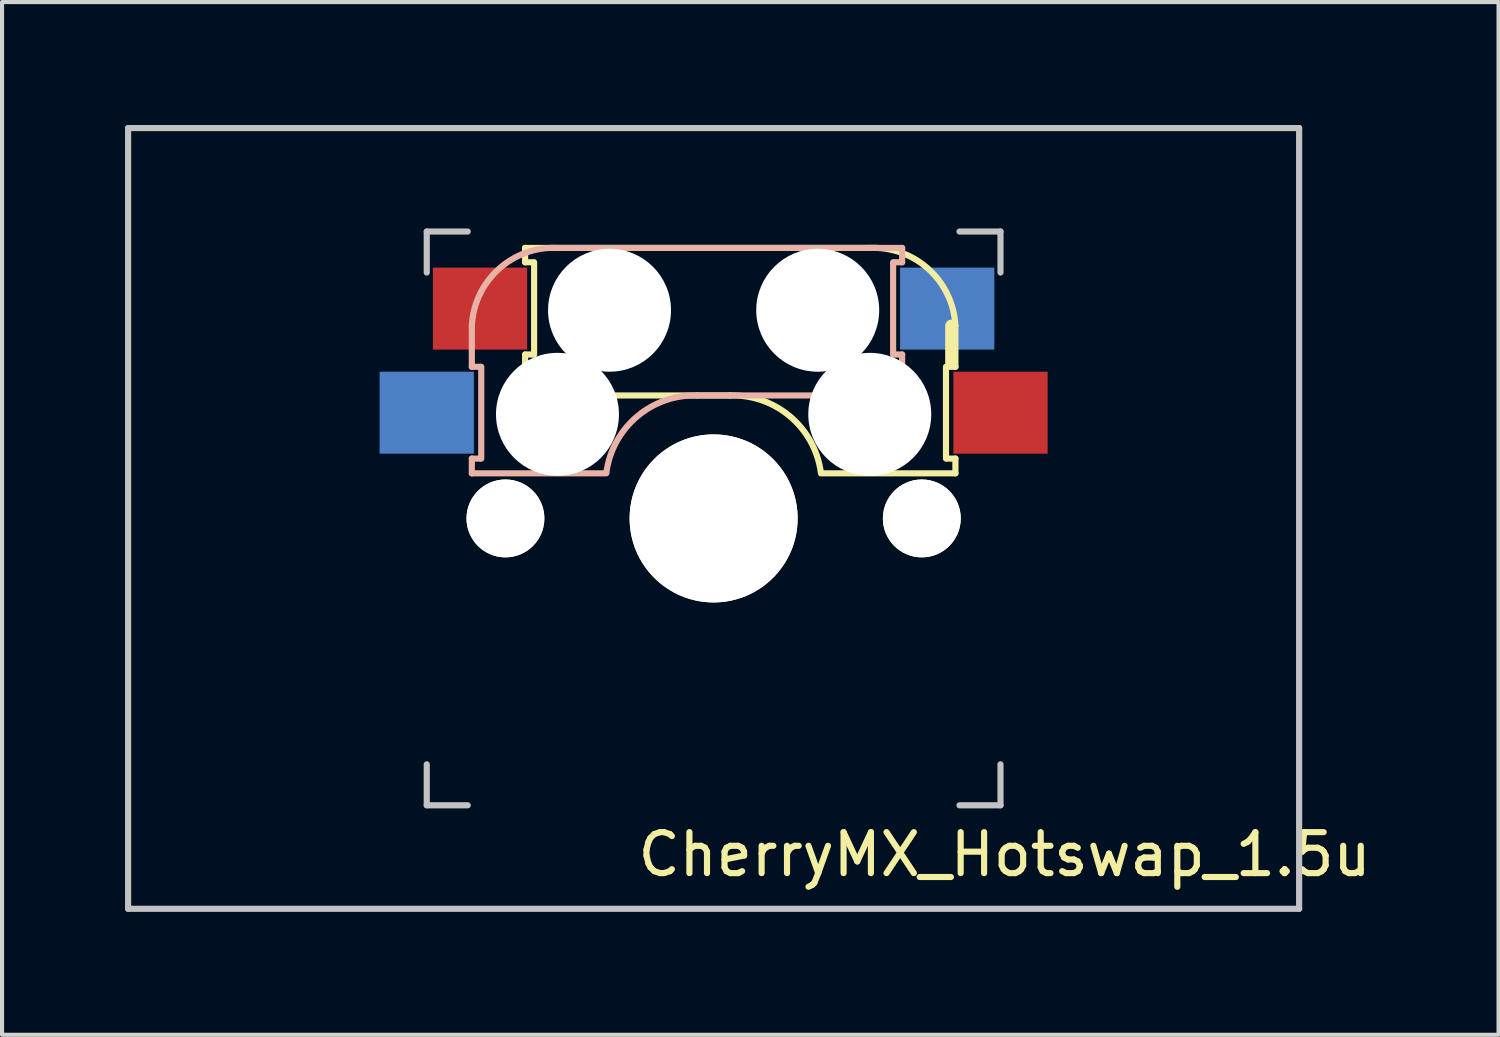
<source format=kicad_pcb>
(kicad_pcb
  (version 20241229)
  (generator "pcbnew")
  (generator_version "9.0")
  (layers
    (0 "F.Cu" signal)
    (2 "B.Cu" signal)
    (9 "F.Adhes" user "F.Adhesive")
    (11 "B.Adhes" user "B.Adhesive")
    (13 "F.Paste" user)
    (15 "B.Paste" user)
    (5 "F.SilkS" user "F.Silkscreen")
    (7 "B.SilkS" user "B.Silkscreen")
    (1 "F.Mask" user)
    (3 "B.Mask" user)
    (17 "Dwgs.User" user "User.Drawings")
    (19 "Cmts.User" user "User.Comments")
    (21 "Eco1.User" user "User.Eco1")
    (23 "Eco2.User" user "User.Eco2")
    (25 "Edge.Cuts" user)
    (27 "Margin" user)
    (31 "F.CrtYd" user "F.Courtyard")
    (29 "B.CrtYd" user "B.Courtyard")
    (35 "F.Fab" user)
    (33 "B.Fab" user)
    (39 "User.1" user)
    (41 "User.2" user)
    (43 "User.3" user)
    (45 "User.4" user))
  (footprint "CherryMX_Hotswap_1.5u"
    (layer "F.Cu")
    (at 14.363 9.6)
    (property "Reference" "CherryMX_Hotswap_1.5u" (at 7.1 8.2 0) (layer "F.SilkS") (effects (font (size 1 1) (thickness 0.15))))
    (attr through_hole)
    (fp_line (start -4.6 -6.6) (end 3.8 -6.6) (stroke (width 0.15) (type solid)) (layer "F.SilkS"))
    (fp_line (start -4.6 -6.25) (end -4.6 -6.6) (stroke (width 0.15) (type solid)) (layer "F.SilkS"))
    (fp_line (start -4.6 -4) (end -4.4 -4) (stroke (width 0.15) (type solid)) (layer "F.SilkS"))
    (fp_line (start -4.6 -3) (end -4.6 -4) (stroke (width 0.15) (type solid)) (layer "F.SilkS"))
    (fp_line (start -4.4 -6.25) (end -4.6 -6.25) (stroke (width 0.15) (type solid)) (layer "F.SilkS"))
    (fp_line (start -4.38 -4) (end -4.38 -6.25) (stroke (width 0.15) (type solid)) (layer "F.SilkS"))
    (fp_line (start 0.4 -3) (end -4.6 -3) (stroke (width 0.15) (type solid)) (layer "F.SilkS"))
    (fp_line (start 5.67 -3.7) (end 5.67 -1.46) (stroke (width 0.15) (type solid)) (layer "F.SilkS"))
    (fp_line (start 5.7 -1.46) (end 5.9 -1.46) (stroke (width 0.15) (type solid)) (layer "F.SilkS"))
    (fp_line (start 5.8 -3.8) (end 5.8 -4.7) (stroke (width 0.3) (type solid)) (layer "F.SilkS"))
    (fp_line (start 5.9 -4.7) (end 5.9 -3.7) (stroke (width 0.15) (type solid)) (layer "F.SilkS"))
    (fp_line (start 5.9 -3.7) (end 5.7 -3.7) (stroke (width 0.15) (type solid)) (layer "F.SilkS"))
    (fp_line (start 5.9 -1.1) (end 2.62 -1.1) (stroke (width 0.15) (type solid)) (layer "F.SilkS"))
    (fp_line (start 5.9 -1.1) (end 5.9 -1.46) (stroke (width 0.15) (type solid)) (layer "F.SilkS"))
    (fp_arc (start 0.4 -3) (mid 1.868709 -2.486118) (end 2.616318 -1.121471) (stroke (width 0.15) (type solid)) (layer "F.SilkS"))
    (fp_arc (start 3.8 -6.600001) (mid 5.243504 -6.084925) (end 5.900001 -4.7) (stroke (width 0.15) (type solid)) (layer "F.SilkS"))
    (fp_line (start -5.9 -4.7) (end -5.9 -3.7) (stroke (width 0.15) (type solid)) (layer "B.SilkS"))
    (fp_line (start -5.9 -3.7) (end -5.7 -3.7) (stroke (width 0.15) (type solid)) (layer "B.SilkS"))
    (fp_line (start -5.9 -1.1) (end -5.9 -1.46) (stroke (width 0.15) (type solid)) (layer "B.SilkS"))
    (fp_line (start -5.9 -1.1) (end -2.62 -1.1) (stroke (width 0.15) (type solid)) (layer "B.SilkS"))
    (fp_line (start -5.7 -1.46) (end -5.9 -1.46) (stroke (width 0.15) (type solid)) (layer "B.SilkS"))
    (fp_line (start -5.67 -3.7) (end -5.67 -1.46) (stroke (width 0.15) (type solid)) (layer "B.SilkS"))
    (fp_line (start -0.4 -3) (end 4.6 -3) (stroke (width 0.15) (type solid)) (layer "B.SilkS"))
    (fp_line (start 4.38 -4) (end 4.38 -6.25) (stroke (width 0.15) (type solid)) (layer "B.SilkS"))
    (fp_line (start 4.4 -6.25) (end 4.6 -6.25) (stroke (width 0.15) (type solid)) (layer "B.SilkS"))
    (fp_line (start 4.6 -6.6) (end -3.8 -6.6) (stroke (width 0.15) (type solid)) (layer "B.SilkS"))
    (fp_line (start 4.6 -6.25) (end 4.6 -6.6) (stroke (width 0.15) (type solid)) (layer "B.SilkS"))
    (fp_line (start 4.6 -4) (end 4.4 -4) (stroke (width 0.15) (type solid)) (layer "B.SilkS"))
    (fp_line (start 4.6 -3) (end 4.6 -4) (stroke (width 0.15) (type solid)) (layer "B.SilkS"))
    (fp_arc (start -5.9 -4.699999) (mid -5.243504 -6.084924) (end -3.800001 -6.6) (stroke (width 0.15) (type solid)) (layer "B.SilkS"))
    (fp_arc (start -2.616318 -1.121471) (mid -1.868709 -2.486118) (end -0.4 -3) (stroke (width 0.15) (type solid)) (layer "B.SilkS"))
    (fp_line (start -14.287 -9.525) (end 14.287 -9.525) (stroke (width 0.15) (type solid)) (layer "Dwgs.User"))
    (fp_line (start -14.287 9.525) (end -14.287 -9.525) (stroke (width 0.15) (type solid)) (layer "Dwgs.User"))
    (fp_line (start -7 -7) (end -6 -7) (stroke (width 0.15) (type solid)) (layer "Dwgs.User"))
    (fp_line (start -7 -6) (end -7 -7) (stroke (width 0.15) (type solid)) (layer "Dwgs.User"))
    (fp_line (start -7 6) (end -7 7) (stroke (width 0.15) (type solid)) (layer "Dwgs.User"))
    (fp_line (start -7 7) (end -6 7) (stroke (width 0.15) (type solid)) (layer "Dwgs.User"))
    (fp_line (start 6 7) (end 7 7) (stroke (width 0.15) (type solid)) (layer "Dwgs.User"))
    (fp_line (start 7 -7) (end 6 -7) (stroke (width 0.15) (type solid)) (layer "Dwgs.User"))
    (fp_line (start 7 -7) (end 7 -6) (stroke (width 0.15) (type solid)) (layer "Dwgs.User"))
    (fp_line (start 7 7) (end 7 6) (stroke (width 0.15) (type solid)) (layer "Dwgs.User"))
    (fp_line (start 14.287 -9.525) (end 14.287 9.525) (stroke (width 0.15) (type solid)) (layer "Dwgs.User"))
    (fp_line (start 14.287 9.525) (end -14.287 9.525) (stroke (width 0.15) (type solid)) (layer "Dwgs.User"))
    (pad "" np_thru_hole circle (at -5.08 0) (size 1.9 1.9) (drill 1.9) (layers "*.Cu" "*.Mask" "F.SilkS"))
    (pad "" np_thru_hole circle (at -3.81 -2.54 180) (size 3 3) (drill 3) (layers "*.Cu" "*.Mask"))
    (pad "" np_thru_hole circle (at -2.54 -5.08 180) (size 3 3) (drill 3) (layers "*.Cu" "*.Mask"))
    (pad "" np_thru_hole circle (at 0 0 90) (size 4.1 4.1) (drill 4.1) (layers "*.Cu" "*.Mask" "F.SilkS"))
    (pad "" np_thru_hole circle (at 2.54 -5.08 180) (size 3 3) (drill 3) (layers "*.Cu" "*.Mask"))
    (pad "" np_thru_hole circle (at 3.81 -2.54 180) (size 3 3) (drill 3) (layers "*.Cu" "*.Mask"))
    (pad "" np_thru_hole circle (at 5.08 0) (size 1.9 1.9) (drill 1.9) (layers "*.Cu" "*.Mask" "F.SilkS"))
    (pad "1" smd rect (at -7 -2.58 180) (size 2.3 2) (layers "B.Cu" "B.Mask" "B.Paste"))
    (pad "1" smd rect (at 7 -2.58 180) (size 2.3 2) (layers "F.Cu" "F.Mask" "F.Paste"))
    (pad "2" smd rect (at -5.7 -5.12 180) (size 2.3 2) (layers "F.Cu" "F.Mask" "F.Paste"))
    (pad "2" smd rect (at 5.7 -5.12 180) (size 2.3 2) (layers "B.Cu" "B.Mask" "B.Paste")))
  (gr_rect
    (start -3 -3)
    (end 33.516 22.2)
    (stroke (width 0.1) (type default))
    (fill no)
    (layer "Edge.Cuts")))
</source>
